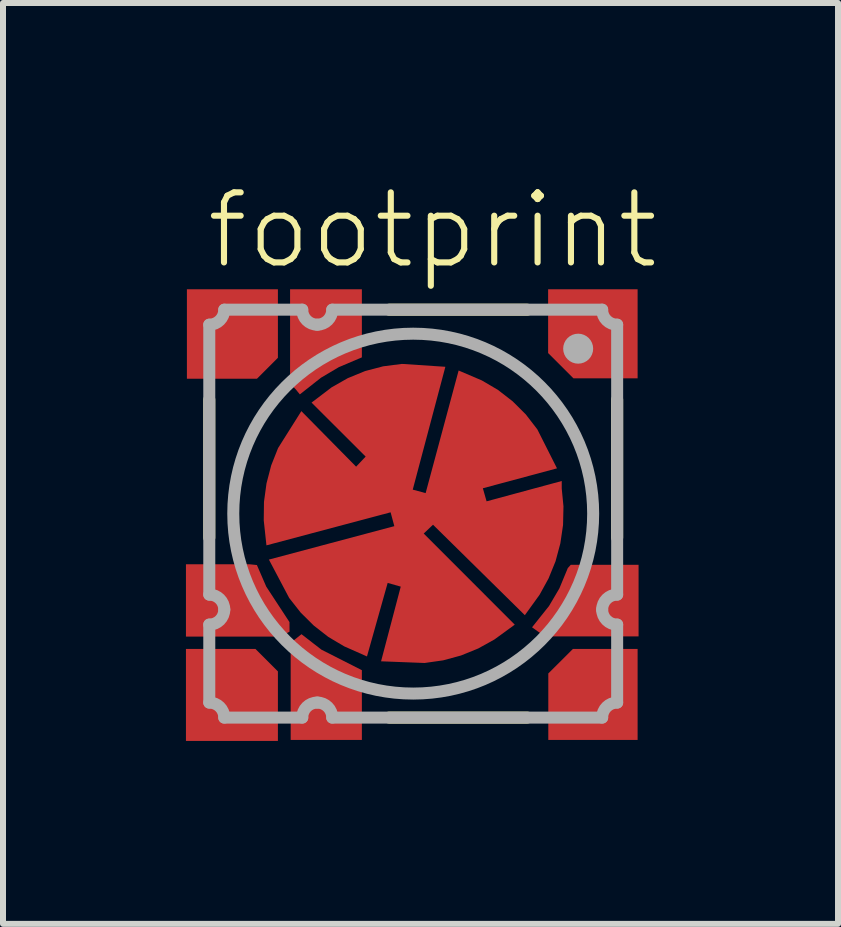
<source format=kicad_pcb>
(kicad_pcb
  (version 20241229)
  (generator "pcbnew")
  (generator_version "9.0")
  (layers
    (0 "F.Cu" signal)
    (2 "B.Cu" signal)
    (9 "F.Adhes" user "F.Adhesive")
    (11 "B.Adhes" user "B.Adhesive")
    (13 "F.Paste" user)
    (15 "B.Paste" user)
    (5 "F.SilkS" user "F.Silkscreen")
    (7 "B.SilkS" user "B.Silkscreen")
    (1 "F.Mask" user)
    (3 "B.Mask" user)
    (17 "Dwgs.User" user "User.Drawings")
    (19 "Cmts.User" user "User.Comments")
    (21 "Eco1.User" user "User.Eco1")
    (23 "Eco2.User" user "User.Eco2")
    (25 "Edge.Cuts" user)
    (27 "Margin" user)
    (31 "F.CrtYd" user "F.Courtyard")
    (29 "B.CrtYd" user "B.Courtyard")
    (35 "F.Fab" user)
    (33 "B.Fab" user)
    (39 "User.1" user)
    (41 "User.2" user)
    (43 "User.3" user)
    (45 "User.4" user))
  (footprint "footprint"
    (layer "F.Cu")
    (at 3.839 5.513)
    (property "Reference" "footprint" (at -3.5 -4.04 0) (layer "F.SilkS") (effects (font (size 1.168 1.168) (thickness 0.102)) (justify left bottom)))
    (fp_poly (pts (xy -2.256 -2.598) (xy -2.605 -2.249) (xy -3.773 -2.249) (xy -3.773 -3.741) (xy -2.256 -3.741)) (stroke (width 0) (type solid)) (fill yes) (layer "F.Cu"))
    (fp_poly (pts (xy -2.256 2.63) (xy -2.256 3.789) (xy -3.789 3.789) (xy -3.789 2.256) (xy -2.63 2.256)) (stroke (width 0) (type solid)) (fill yes) (layer "F.Cu"))
    (fp_poly (pts (xy 3.741 -2.256) (xy 2.671 -2.256) (xy 2.249 -2.677) (xy 2.249 -3.741) (xy 3.741 -3.741)) (stroke (width 0) (type solid)) (fill yes) (layer "F.Cu"))
    (fp_poly (pts (xy 3.741 3.773) (xy 2.252 3.773) (xy 2.252 2.665) (xy 2.662 2.256) (xy 3.741 2.256)) (stroke (width 0) (type solid)) (fill yes) (layer "F.Cu"))
    (fp_poly (pts (xy -1.53 2.268) (xy -0.856 2.61) (xy -0.856 3.773) (xy -2.043 3.773) (xy -2.043 2.17) (xy -2.005 2.123) (xy -1.863 2.01)) (stroke (width 0) (type solid)) (fill yes) (layer "F.Cu"))
    (fp_poly (pts (xy -2.606 0.857) (xy -2.45 1.217) (xy -2.063 1.808) (xy -2.062 1.968) (xy -2.217 2.05) (xy -3.789 2.05) (xy -3.789 0.844) (xy -2.73 0.844)) (stroke (width 0) (type solid)) (fill yes) (layer "F.Cu"))
    (fp_poly (pts (xy -0.856 -2.605) (xy -1.24 -2.442) (xy -1.537 -2.266) (xy -1.89 -1.988) (xy -1.96 -2.073) (xy -2.053 -2.17) (xy -2.053 -3.741) (xy -0.856 -3.741)) (stroke (width 0) (type solid)) (fill yes) (layer "F.Cu"))
    (fp_poly (pts (xy 3.757 2.047) (xy 2.194 2.047) (xy 1.981 1.895) (xy 2.264 1.54) (xy 2.437 1.246) (xy 2.577 0.908) (xy 2.627 0.853) (xy 3.757 0.853)) (stroke (width 0) (type solid)) (fill yes) (layer "F.Cu"))
    (fp_poly (pts (xy 0.536 -2.448) (xy -0.008 -0.4) (xy 0.207 -0.342) (xy 0.757 -2.386) (xy 1.143 -2.221) (xy 1.411 -2.064) (xy 1.657 -1.873) (xy 1.877 -1.654) (xy 2.069 -1.405) (xy 2.397 -0.755) (xy 1.161 -0.423) (xy 1.223 -0.205) (xy 2.476 -0.544) (xy 2.476 -0.418) (xy 2.505 -0.121) (xy 2.498 0.189) (xy 2.453 0.495) (xy 2.373 0.794) (xy 2.256 1.081) (xy 2.107 1.352) (xy 1.861 1.693) (xy 0.33 0.185) (xy 0.175 0.332) (xy 1.693 1.851) (xy 1.354 2.098) (xy 1.084 2.248) (xy 0.797 2.365) (xy 0.499 2.446) (xy 0.19 2.49) (xy -0.536 2.462) (xy -0.208 1.217) (xy -0.426 1.155) (xy -0.771 2.381) (xy -1.152 2.212) (xy -1.416 2.055) (xy -1.658 1.866) (xy -1.876 1.65) (xy -2.068 1.406) (xy -2.406 0.766) (xy -0.315 0.209) (xy -0.377 -0.022) (xy -2.447 0.529) (xy -2.492 0.112) (xy -2.488 -0.197) (xy -2.446 -0.504) (xy -2.368 -0.803) (xy -2.253 -1.093) (xy -1.865 -1.709) (xy -0.952 -0.783) (xy -0.793 -0.951) (xy -1.695 -1.851) (xy -1.361 -2.105) (xy -1.09 -2.259) (xy -0.802 -2.377) (xy -0.501 -2.456) (xy -0.189 -2.496)) (stroke (width 0) (type solid)) (fill yes) (layer "F.Cu"))
    (fp_poly (pts (xy -2.205 -2.577) (xy -2.584 -2.199) (xy -3.823 -2.199) (xy -3.823 -3.791) (xy -2.205 -3.791)) (stroke (width 0) (type solid)) (fill yes) (layer "F.Mask"))
    (fp_poly (pts (xy -2.205 2.609) (xy -2.205 3.839) (xy -3.839 3.839) (xy -3.839 2.205) (xy -2.609 2.205)) (stroke (width 0) (type solid)) (fill yes) (layer "F.Mask"))
    (fp_poly (pts (xy 3.791 -2.205) (xy 2.65 -2.205) (xy 2.199 -2.657) (xy 2.199 -3.791) (xy 3.791 -3.791)) (stroke (width 0) (type solid)) (fill yes) (layer "F.Mask"))
    (fp_poly (pts (xy 3.791 3.823) (xy 2.202 3.823) (xy 2.202 2.644) (xy 2.641 2.205) (xy 3.791 2.205)) (stroke (width 0) (type solid)) (fill yes) (layer "F.Mask"))
    (fp_poly (pts (xy -1.503 2.226) (xy -0.806 2.579) (xy -0.806 3.823) (xy -2.093 3.823) (xy -2.093 2.153) (xy -2.04 2.087) (xy -1.864 1.947)) (stroke (width 0) (type solid)) (fill yes) (layer "F.Mask"))
    (fp_poly (pts (xy -2.572 0.81) (xy -2.406 1.193) (xy -2.013 1.793) (xy -2.012 1.998) (xy -2.205 2.1) (xy -3.839 2.1) (xy -3.839 0.794) (xy -2.727 0.794)) (stroke (width 0) (type solid)) (fill yes) (layer "F.Mask"))
    (fp_poly (pts (xy -0.806 -2.572) (xy -1.218 -2.397) (xy -1.509 -2.225) (xy -1.898 -1.918) (xy -1.998 -2.04) (xy -2.103 -2.149) (xy -2.103 -3.791) (xy -0.806 -3.791)) (stroke (width 0) (type solid)) (fill yes) (layer "F.Mask"))
    (fp_poly (pts (xy 3.807 2.097) (xy 2.178 2.097) (xy 1.909 1.906) (xy 2.222 1.512) (xy 2.392 1.224) (xy 2.534 0.881) (xy 2.605 0.803) (xy 3.807 0.803)) (stroke (width 0) (type solid)) (fill yes) (layer "F.Mask"))
    (fp_poly (pts (xy 0.599 -2.494) (xy 0.053 -0.435) (xy 0.171 -0.403) (xy 0.723 -2.454) (xy 1.165 -2.266) (xy 1.439 -2.105) (xy 1.69 -1.911) (xy 1.914 -1.687) (xy 2.112 -1.432) (xy 2.469 -0.723) (xy 1.223 -0.388) (xy 1.258 -0.266) (xy 2.526 -0.609) (xy 2.526 -0.421) (xy 2.555 -0.123) (xy 2.548 0.193) (xy 2.503 0.505) (xy 2.42 0.81) (xy 2.302 1.103) (xy 2.149 1.379) (xy 1.867 1.77) (xy 0.33 0.254) (xy 0.247 0.333) (xy 1.77 1.857) (xy 1.381 2.14) (xy 1.105 2.293) (xy 0.813 2.412) (xy 0.509 2.495) (xy 0.193 2.54) (xy -0.6 2.509) (xy -0.269 1.252) (xy -0.392 1.217) (xy -0.738 2.45) (xy -1.175 2.257) (xy -1.444 2.096) (xy -1.691 1.904) (xy -1.914 1.683) (xy -2.111 1.433) (xy -2.479 0.734) (xy -0.376 0.173) (xy -0.412 0.039) (xy -2.49 0.592) (xy -2.542 0.114) (xy -2.538 -0.201) (xy -2.495 -0.513) (xy -2.415 -0.818) (xy -2.297 -1.115) (xy -1.874 -1.789) (xy -0.953 -0.855) (xy -0.863 -0.95) (xy -1.771 -1.857) (xy -1.388 -2.146) (xy -1.112 -2.304) (xy -0.818 -2.424) (xy -0.511 -2.505) (xy -0.191 -2.547)) (stroke (width 0) (type solid)) (fill yes) (layer "F.Mask"))
    (fp_line (start -3.4 0.4) (end -3.4 -1.9) (stroke (width 0.2) (type solid)) (layer "F.SilkS"))
    (fp_line (start -0.4 -3.4) (end 1.9 -3.4) (stroke (width 0.2) (type solid)) (layer "F.SilkS"))
    (fp_line (start 1.9 3.4) (end -0.4 3.4) (stroke (width 0.2) (type solid)) (layer "F.SilkS"))
    (fp_line (start 3.4 -1.9) (end 3.4 0.4) (stroke (width 0.2) (type solid)) (layer "F.SilkS"))
    (fp_poly (pts (xy -2.305 -2.619) (xy -2.625 -2.299) (xy -3.723 -2.299) (xy -3.723 -3.691) (xy -2.305 -3.691)) (stroke (width 0) (type solid)) (fill yes) (layer "F.Paste"))
    (fp_poly (pts (xy -2.305 2.65) (xy -2.305 3.739) (xy -3.739 3.739) (xy -3.739 2.305) (xy -2.65 2.305)) (stroke (width 0) (type solid)) (fill yes) (layer "F.Paste"))
    (fp_poly (pts (xy 3.691 -2.305) (xy 2.691 -2.305) (xy 2.299 -2.698) (xy 2.299 -3.691) (xy 3.691 -3.691)) (stroke (width 0) (type solid)) (fill yes) (layer "F.Paste"))
    (fp_poly (pts (xy 3.691 3.723) (xy 2.302 3.723) (xy 2.302 2.686) (xy 2.682 2.305) (xy 3.691 2.305)) (stroke (width 0) (type solid)) (fill yes) (layer "F.Paste"))
    (fp_poly (pts (xy -1.557 2.311) (xy -0.906 2.64) (xy -0.906 3.723) (xy -1.993 3.723) (xy -1.993 2.188) (xy -1.97 2.158) (xy -1.863 2.074)) (stroke (width 0) (type solid)) (fill yes) (layer "F.Paste"))
    (fp_poly (pts (xy -2.641 0.903) (xy -2.495 1.241) (xy -2.113 1.823) (xy -2.112 1.938) (xy -2.23 2) (xy -3.739 2) (xy -3.739 0.894) (xy -2.732 0.894)) (stroke (width 0) (type solid)) (fill yes) (layer "F.Paste"))
    (fp_poly (pts (xy -0.906 -2.638) (xy -1.263 -2.486) (xy -1.565 -2.307) (xy -1.883 -2.058) (xy -1.923 -2.106) (xy -2.003 -2.19) (xy -2.003 -3.691) (xy -0.906 -3.691)) (stroke (width 0) (type solid)) (fill yes) (layer "F.Paste"))
    (fp_poly (pts (xy 3.707 1.997) (xy 2.21 1.997) (xy 2.053 1.885) (xy 2.305 1.569) (xy 2.482 1.268) (xy 2.62 0.935) (xy 2.649 0.903) (xy 3.707 0.903)) (stroke (width 0) (type solid)) (fill yes) (layer "F.Paste"))
    (fp_poly (pts (xy 0.472 -2.402) (xy -0.069 -0.365) (xy 0.242 -0.281) (xy 0.79 -2.317) (xy 1.12 -2.176) (xy 1.383 -2.022) (xy 1.624 -1.836) (xy 1.839 -1.62) (xy 2.027 -1.378) (xy 2.324 -0.788) (xy 1.099 -0.458) (xy 1.188 -0.144) (xy 2.426 -0.479) (xy 2.426 -0.416) (xy 2.455 -0.119) (xy 2.448 0.185) (xy 2.404 0.485) (xy 2.325 0.778) (xy 2.211 1.06) (xy 2.064 1.326) (xy 1.854 1.617) (xy 0.331 0.115) (xy 0.103 0.331) (xy 1.617 1.845) (xy 1.327 2.056) (xy 1.062 2.203) (xy 0.781 2.317) (xy 0.489 2.397) (xy 0.187 2.44) (xy -0.472 2.414) (xy -0.147 1.183) (xy -0.461 1.093) (xy -0.803 2.312) (xy -1.129 2.168) (xy -1.387 2.013) (xy -1.625 1.829) (xy -1.839 1.617) (xy -2.026 1.379) (xy -2.332 0.798) (xy -0.253 0.244) (xy -0.342 -0.083) (xy -2.403 0.465) (xy -2.442 0.109) (xy -2.438 -0.194) (xy -2.397 -0.494) (xy -2.32 -0.787) (xy -2.208 -1.07) (xy -1.857 -1.629) (xy -0.951 -0.711) (xy -0.723 -0.952) (xy -1.619 -1.846) (xy -1.333 -2.063) (xy -1.068 -2.214) (xy -0.786 -2.329) (xy -0.492 -2.407) (xy -0.188 -2.446)) (stroke (width 0) (type solid)) (fill yes) (layer "F.Paste"))
    (fp_circle (center 0 0) (end 0.38 0) (stroke (width 0.0001) (type solid)) (fill no) (layer "Cmts.User"))
    (fp_circle (center 0 0) (end 1.25 0) (stroke (width 0.0001) (type solid)) (fill no) (layer "Cmts.User"))
    (fp_circle (center 0 0) (end 2.5 0) (stroke (width 0.0001) (type solid)) (fill no) (layer "Cmts.User"))
    (fp_line (start -3.4 1.35) (end -3.4 -3.15) (stroke (width 0.2) (type solid)) (layer "F.Fab"))
    (fp_line (start -3.4 3.15) (end -3.4 1.85) (stroke (width 0.2) (type solid)) (layer "F.Fab"))
    (fp_line (start -3.15 -3.4) (end -1.85 -3.4) (stroke (width 0.2) (type solid)) (layer "F.Fab"))
    (fp_line (start -1.85 3.4) (end -3.15 3.4) (stroke (width 0.2) (type solid)) (layer "F.Fab"))
    (fp_line (start -1.35 -3.4) (end 3.15 -3.4) (stroke (width 0.2) (type solid)) (layer "F.Fab"))
    (fp_line (start 3.15 3.4) (end -1.35 3.4) (stroke (width 0.2) (type solid)) (layer "F.Fab"))
    (fp_line (start 3.4 -3.15) (end 3.4 1.35) (stroke (width 0.2) (type solid)) (layer "F.Fab"))
    (fp_line (start 3.4 1.85) (end 3.4 3.15) (stroke (width 0.2) (type solid)) (layer "F.Fab"))
    (fp_arc (start -3.4 1.35) (mid -3.223223 1.423223) (end -3.15 1.6) (stroke (width 0.2) (type solid)) (layer "F.Fab"))
    (fp_arc (start -3.4 3.15) (mid -3.223223 3.223223) (end -3.15 3.4) (stroke (width 0.2) (type solid)) (layer "F.Fab"))
    (fp_arc (start -3.15 -3.4) (mid -3.223223 -3.223223) (end -3.4 -3.15) (stroke (width 0.2) (type solid)) (layer "F.Fab"))
    (fp_arc (start -3.15 1.6) (mid -3.223223 1.776777) (end -3.4 1.85) (stroke (width 0.2) (type solid)) (layer "F.Fab"))
    (fp_arc (start -1.85 3.4) (mid -1.776777 3.223223) (end -1.6 3.15) (stroke (width 0.2) (type solid)) (layer "F.Fab"))
    (fp_arc (start -1.6 -3.15) (mid -1.776777 -3.223223) (end -1.85 -3.4) (stroke (width 0.2) (type solid)) (layer "F.Fab"))
    (fp_arc (start -1.6 3.15) (mid -1.423223 3.223223) (end -1.35 3.4) (stroke (width 0.2) (type solid)) (layer "F.Fab"))
    (fp_arc (start -1.35 -3.4) (mid -1.423223 -3.223223) (end -1.6 -3.15) (stroke (width 0.2) (type solid)) (layer "F.Fab"))
    (fp_arc (start 3.15 1.6) (mid 3.223223 1.423223) (end 3.4 1.35) (stroke (width 0.2) (type solid)) (layer "F.Fab"))
    (fp_arc (start 3.15 3.4) (mid 3.223223 3.223223) (end 3.4 3.15) (stroke (width 0.2) (type solid)) (layer "F.Fab"))
    (fp_arc (start 3.4 -3.15) (mid 3.223223 -3.223223) (end 3.15 -3.4) (stroke (width 0.2) (type solid)) (layer "F.Fab"))
    (fp_arc (start 3.4 1.85) (mid 3.223223 1.776777) (end 3.15 1.6) (stroke (width 0.2) (type solid)) (layer "F.Fab"))
    (fp_circle (center 0 0) (end 3 0) (stroke (width 0.2) (type solid)) (fill no) (layer "F.Fab"))
    (fp_circle (center 2.75 -2.75) (end 2.875 -2.75) (stroke (width 0.25) (type solid)) (fill no) (layer "F.Fab"))
    (pad "1" smd rect (at -3 -3) (size 0.3 0.3) (layers "F.Cu"))
    (pad "2" smd rect (at -1.5 -3) (size 0.3 0.3) (layers "F.Cu"))
    (pad "3" smd rect (at 3 -3) (size 0.3 0.3) (layers "F.Cu"))
    (pad "4" smd rect (at 3 1.5) (size 0.3 0.3) (layers "F.Cu"))
    (pad "5" smd rect (at 3 3) (size 0.3 0.3) (layers "F.Cu"))
    (pad "6" smd rect (at -1.5 3) (size 0.3 0.3) (layers "F.Cu"))
    (pad "7" smd rect (at -3 3) (size 0.3 0.3) (layers "F.Cu"))
    (pad "8" smd rect (at -3 1.5) (size 0.3 0.3) (layers "F.Cu"))
    (pad "TH" smd rect (at 0 0) (size 0.3 0.3) (layers "F.Cu")))
  (gr_rect
    (start -3 -3)
    (end 10.921 12.352)
    (stroke (width 0.1) (type default))
    (fill no)
    (layer "Edge.Cuts")))
</source>
